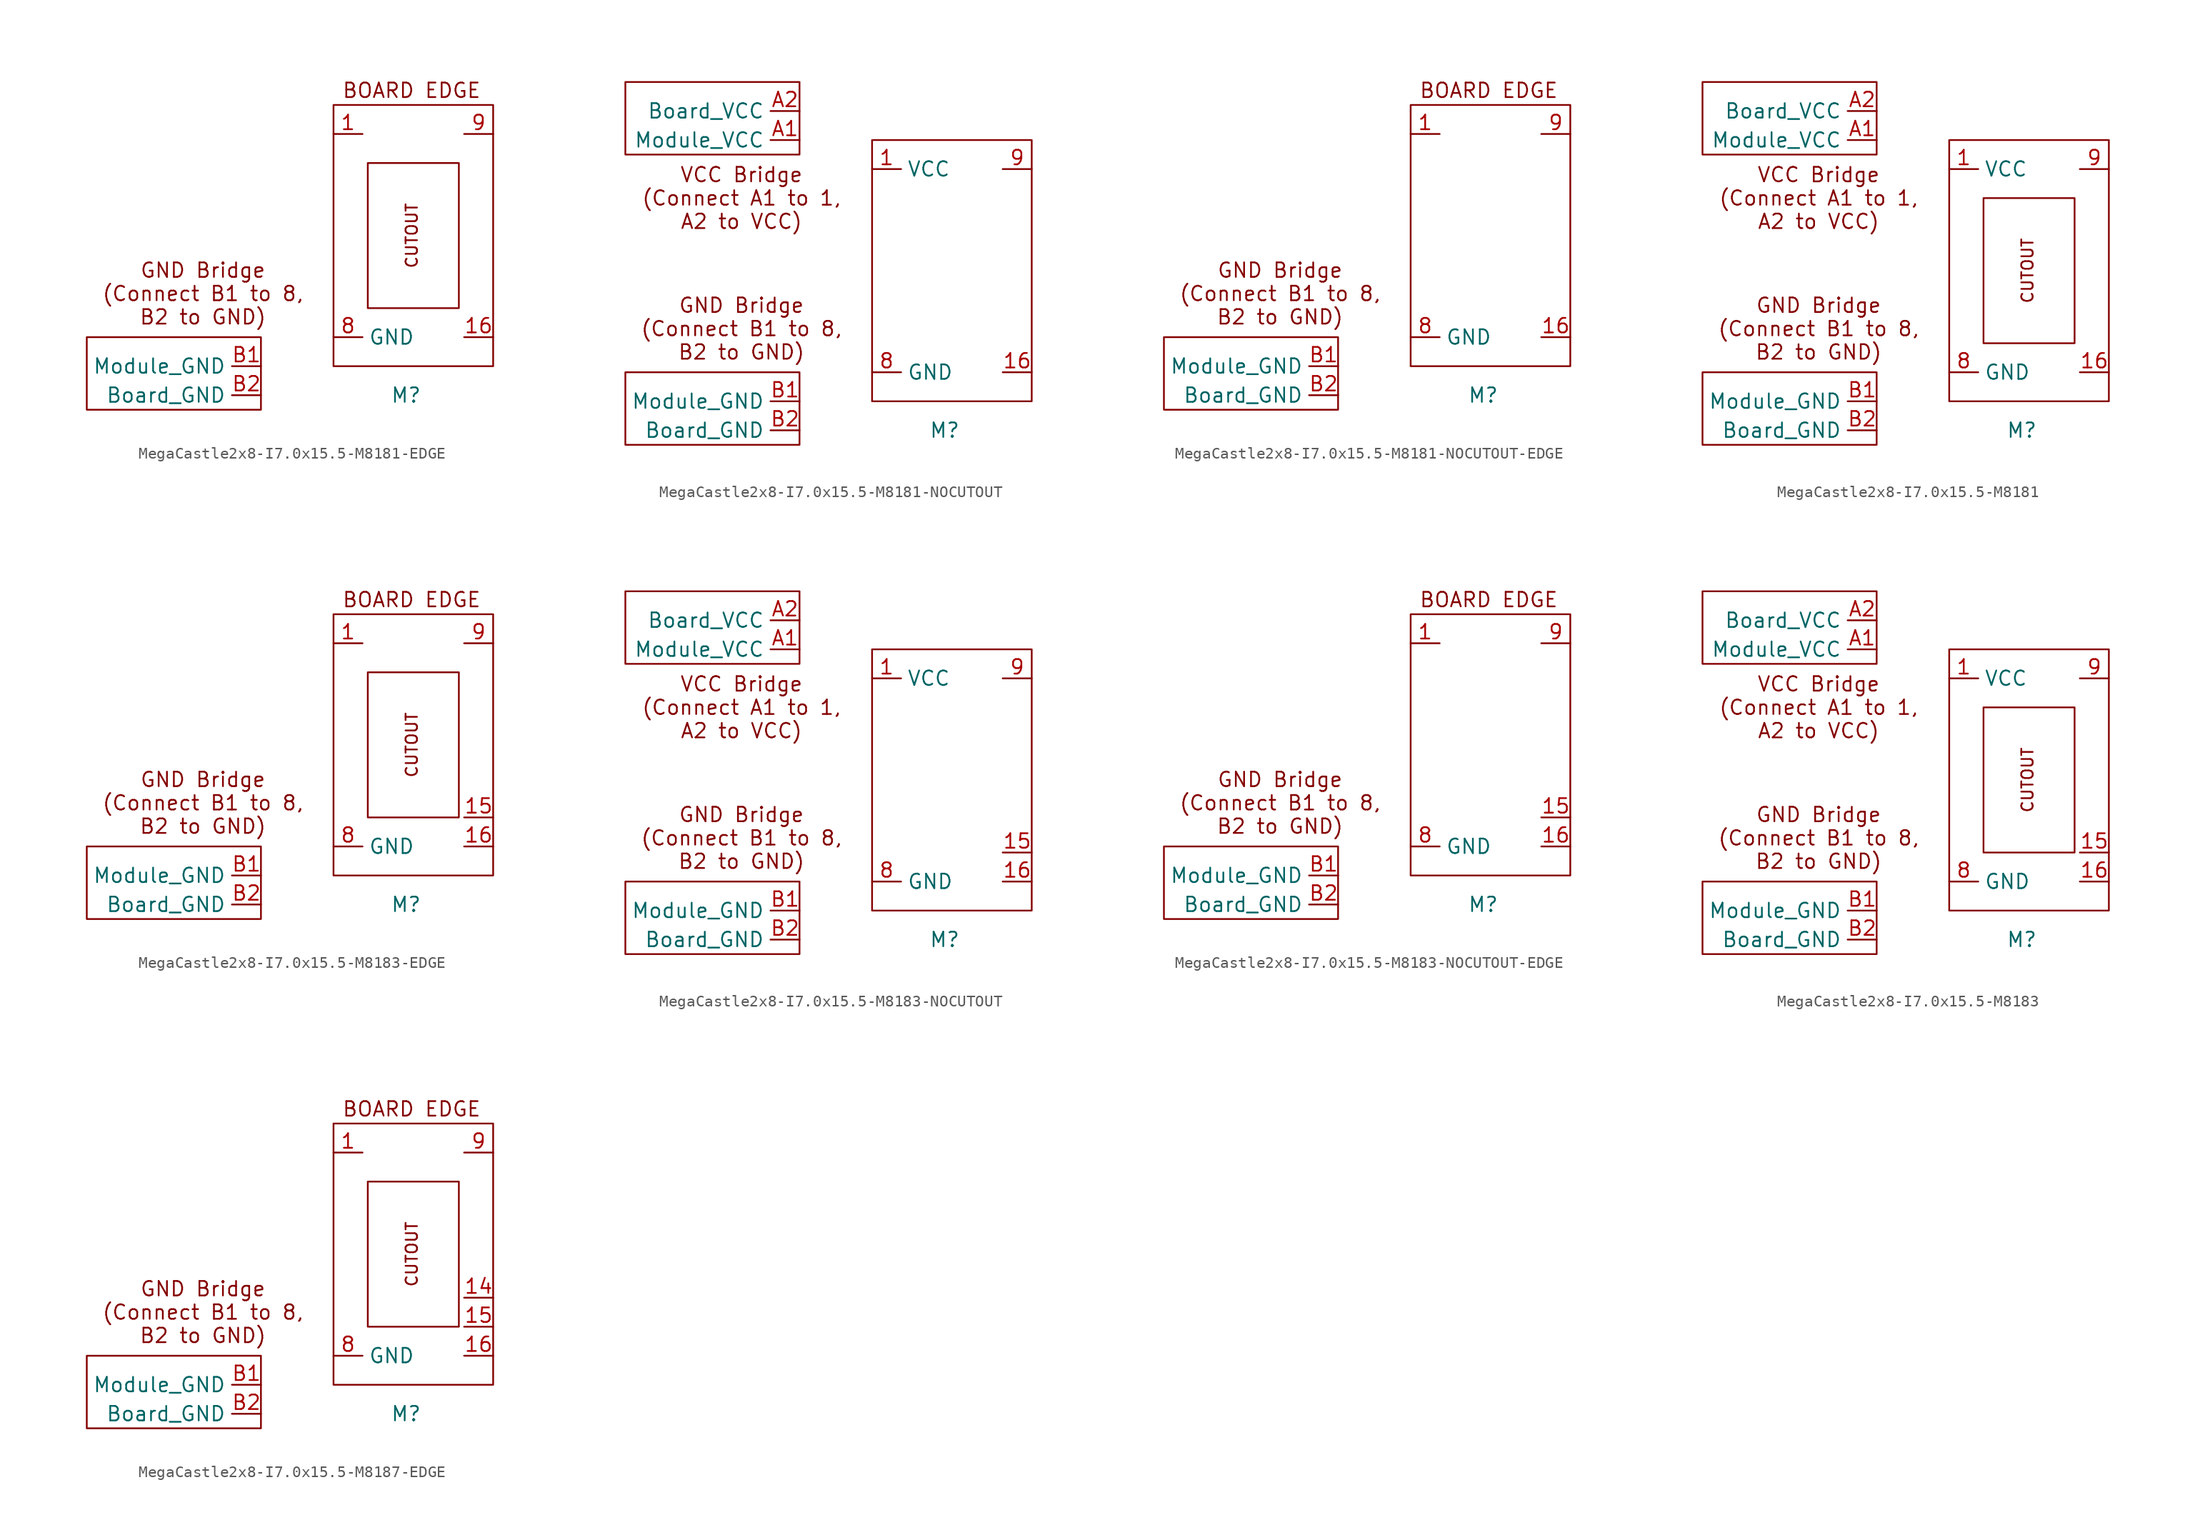
<source format=kicad_sym>
(kicad_symbol_lib
  (version 20231120)
  (generator "kicad_symbol_editor")
  (generator_version "8.0")
  (symbol "MegaCastle2x8-I7.0x15.5-M8181-EDGE"
    (property "Reference" "M"
      (at 0 -13.97 0)
      (effects (font (size 1.27 1.27))))
    (property "Value" ""
      (at 0 5.08 0)
      (effects (font (size 1.27 1.27))))
    (symbol "MegaCastle2x8-I7.0x15.5-M8181-EDGE_0_1"
      (rectangle (start -27.94 -8.89) (end -12.7 -15.24) (stroke (width 0) (type default)) (fill (type none)))
      (rectangle (start -6.35 11.43) (end 7.62 -11.43) (stroke (width 0) (type default)) (fill (type none)))
      (rectangle (start -3.35 6.35) (end 4.62 -6.35) (stroke (width 0) (type default)) (fill (type none))))
    (symbol "MegaCastle2x8-I7.0x15.5-M8181-EDGE_1_1"
      (text " BOARD EDGE" (at 0 12.7 0) (effects (font (size 1.27 1.27))))
      (text "CUTOUT" (at 0.5 0 900) (effects (font (size 1 1))))
      (text "GND Bridge\n(Connect B1 to 8,\nB2 to GND)" (at -17.78 -5.08 0) (effects (font (size 1.27 1.27))))
      (pin bidirectional line (at -6.35 8.89 0) (length 2.54) (name "" (effects (font (size 1.27 1.27)))) (number "1" (effects (font (size 1.27 1.27)))))
      (pin bidirectional line (at 7.62 -8.89 180) (length 2.54) (name "" (effects (font (size 1.27 1.27)))) (number "16" (effects (font (size 1.27 1.27)))))
      (pin bidirectional line (at -6.35 -8.89 0) (length 2.54) (name "GND" (effects (font (size 1.27 1.27)))) (number "8" (effects (font (size 1.27 1.27)))))
      (pin bidirectional line (at 7.62 8.89 180) (length 2.54) (name "" (effects (font (size 1.27 1.27)))) (number "9" (effects (font (size 1.27 1.27)))))
      (pin bidirectional line (at -12.7 -11.43 180) (length 2.54) (name "Module_GND" (effects (font (size 1.27 1.27)))) (number "B1" (effects (font (size 1.27 1.27)))))
      (pin bidirectional line (at -12.7 -13.97 180) (length 2.54) (name "Board_GND" (effects (font (size 1.27 1.27)))) (number "B2" (effects (font (size 1.27 1.27)))))))
  (symbol "MegaCastle2x8-I7.0x15.5-M8181-NOCUTOUT"
    (property "Reference" "M"
      (at 0 -13.97 0)
      (effects (font (size 1.27 1.27))))
    (property "Value" ""
      (at 0 5.08 0)
      (effects (font (size 1.27 1.27))))
    (symbol "MegaCastle2x8-I7.0x15.5-M8181-NOCUTOUT_0_1"
      (rectangle (start -27.94 -8.89) (end -12.7 -15.24) (stroke (width 0) (type default)) (fill (type none)))
      (rectangle (start -27.94 16.51) (end -12.7 10.16) (stroke (width 0) (type default)) (fill (type none)))
      (rectangle (start -6.35 11.43) (end 7.62 -11.43) (stroke (width 0) (type default)) (fill (type none))))
    (symbol "MegaCastle2x8-I7.0x15.5-M8181-NOCUTOUT_1_1"
      (text "GND Bridge\n(Connect B1 to 8,\nB2 to GND)" (at -17.78 -5.08 0) (effects (font (size 1.27 1.27))))
      (text "VCC Bridge\n(Connect A1 to 1,\nA2 to VCC)" (at -17.78 6.35 0) (effects (font (size 1.27 1.27))))
      (pin bidirectional line (at -6.35 8.89 0) (length 2.54) (name "VCC" (effects (font (size 1.27 1.27)))) (number "1" (effects (font (size 1.27 1.27)))))
      (pin bidirectional line (at 7.62 -8.89 180) (length 2.54) (name "" (effects (font (size 1.27 1.27)))) (number "16" (effects (font (size 1.27 1.27)))))
      (pin bidirectional line (at -6.35 -8.89 0) (length 2.54) (name "GND" (effects (font (size 1.27 1.27)))) (number "8" (effects (font (size 1.27 1.27)))))
      (pin bidirectional line (at 7.62 8.89 180) (length 2.54) (name "" (effects (font (size 1.27 1.27)))) (number "9" (effects (font (size 1.27 1.27)))))
      (pin bidirectional line (at -12.7 11.43 180) (length 2.54) (name "Module_VCC" (effects (font (size 1.27 1.27)))) (number "A1" (effects (font (size 1.27 1.27)))))
      (pin bidirectional line (at -12.7 13.97 180) (length 2.54) (name "Board_VCC" (effects (font (size 1.27 1.27)))) (number "A2" (effects (font (size 1.27 1.27)))))
      (pin bidirectional line (at -12.7 -11.43 180) (length 2.54) (name "Module_GND" (effects (font (size 1.27 1.27)))) (number "B1" (effects (font (size 1.27 1.27)))))
      (pin bidirectional line (at -12.7 -13.97 180) (length 2.54) (name "Board_GND" (effects (font (size 1.27 1.27)))) (number "B2" (effects (font (size 1.27 1.27)))))))
  (symbol "MegaCastle2x8-I7.0x15.5-M8181-NOCUTOUT-EDGE"
    (property "Reference" "M"
      (at 0 -13.97 0)
      (effects (font (size 1.27 1.27))))
    (property "Value" ""
      (at 0 5.08 0)
      (effects (font (size 1.27 1.27))))
    (symbol "MegaCastle2x8-I7.0x15.5-M8181-NOCUTOUT-EDGE_0_1"
      (rectangle (start -27.94 -8.89) (end -12.7 -15.24) (stroke (width 0) (type default)) (fill (type none)))
      (rectangle (start -6.35 11.43) (end 7.62 -11.43) (stroke (width 0) (type default)) (fill (type none))))
    (symbol "MegaCastle2x8-I7.0x15.5-M8181-NOCUTOUT-EDGE_1_1"
      (text " BOARD EDGE" (at 0 12.7 0) (effects (font (size 1.27 1.27))))
      (text "GND Bridge\n(Connect B1 to 8,\nB2 to GND)" (at -17.78 -5.08 0) (effects (font (size 1.27 1.27))))
      (pin bidirectional line (at -6.35 8.89 0) (length 2.54) (name "" (effects (font (size 1.27 1.27)))) (number "1" (effects (font (size 1.27 1.27)))))
      (pin bidirectional line (at 7.62 -8.89 180) (length 2.54) (name "" (effects (font (size 1.27 1.27)))) (number "16" (effects (font (size 1.27 1.27)))))
      (pin bidirectional line (at -6.35 -8.89 0) (length 2.54) (name "GND" (effects (font (size 1.27 1.27)))) (number "8" (effects (font (size 1.27 1.27)))))
      (pin bidirectional line (at 7.62 8.89 180) (length 2.54) (name "" (effects (font (size 1.27 1.27)))) (number "9" (effects (font (size 1.27 1.27)))))
      (pin bidirectional line (at -12.7 -11.43 180) (length 2.54) (name "Module_GND" (effects (font (size 1.27 1.27)))) (number "B1" (effects (font (size 1.27 1.27)))))
      (pin bidirectional line (at -12.7 -13.97 180) (length 2.54) (name "Board_GND" (effects (font (size 1.27 1.27)))) (number "B2" (effects (font (size 1.27 1.27)))))))
  (symbol "MegaCastle2x8-I7.0x15.5-M8181"
    (property "Reference" "M"
      (at 0 -13.97 0)
      (effects (font (size 1.27 1.27))))
    (property "Value" ""
      (at 0 5.08 0)
      (effects (font (size 1.27 1.27))))
    (symbol "MegaCastle2x8-I7.0x15.5-M8181_0_1"
      (rectangle (start -27.94 -8.89) (end -12.7 -15.24) (stroke (width 0) (type default)) (fill (type none)))
      (rectangle (start -27.94 16.51) (end -12.7 10.16) (stroke (width 0) (type default)) (fill (type none)))
      (rectangle (start -6.35 11.43) (end 7.62 -11.43) (stroke (width 0) (type default)) (fill (type none)))
      (rectangle (start -3.35 6.35) (end 4.62 -6.35) (stroke (width 0) (type default)) (fill (type none))))
    (symbol "MegaCastle2x8-I7.0x15.5-M8181_1_1"
      (text "CUTOUT" (at 0.5 0 900) (effects (font (size 1 1))))
      (text "GND Bridge\n(Connect B1 to 8,\nB2 to GND)" (at -17.78 -5.08 0) (effects (font (size 1.27 1.27))))
      (text "VCC Bridge\n(Connect A1 to 1,\nA2 to VCC)" (at -17.78 6.35 0) (effects (font (size 1.27 1.27))))
      (pin bidirectional line (at -6.35 8.89 0) (length 2.54) (name "VCC" (effects (font (size 1.27 1.27)))) (number "1" (effects (font (size 1.27 1.27)))))
      (pin bidirectional line (at 7.62 -8.89 180) (length 2.54) (name "" (effects (font (size 1.27 1.27)))) (number "16" (effects (font (size 1.27 1.27)))))
      (pin bidirectional line (at -6.35 -8.89 0) (length 2.54) (name "GND" (effects (font (size 1.27 1.27)))) (number "8" (effects (font (size 1.27 1.27)))))
      (pin bidirectional line (at 7.62 8.89 180) (length 2.54) (name "" (effects (font (size 1.27 1.27)))) (number "9" (effects (font (size 1.27 1.27)))))
      (pin bidirectional line (at -12.7 11.43 180) (length 2.54) (name "Module_VCC" (effects (font (size 1.27 1.27)))) (number "A1" (effects (font (size 1.27 1.27)))))
      (pin bidirectional line (at -12.7 13.97 180) (length 2.54) (name "Board_VCC" (effects (font (size 1.27 1.27)))) (number "A2" (effects (font (size 1.27 1.27)))))
      (pin bidirectional line (at -12.7 -11.43 180) (length 2.54) (name "Module_GND" (effects (font (size 1.27 1.27)))) (number "B1" (effects (font (size 1.27 1.27)))))
      (pin bidirectional line (at -12.7 -13.97 180) (length 2.54) (name "Board_GND" (effects (font (size 1.27 1.27)))) (number "B2" (effects (font (size 1.27 1.27)))))))
  (symbol "MegaCastle2x8-I7.0x15.5-M8183-EDGE"
    (property "Reference" "M"
      (at 0 -13.97 0)
      (effects (font (size 1.27 1.27))))
    (property "Value" ""
      (at 0 5.08 0)
      (effects (font (size 1.27 1.27))))
    (symbol "MegaCastle2x8-I7.0x15.5-M8183-EDGE_0_1"
      (rectangle (start -27.94 -8.89) (end -12.7 -15.24) (stroke (width 0) (type default)) (fill (type none)))
      (rectangle (start -6.35 11.43) (end 7.62 -11.43) (stroke (width 0) (type default)) (fill (type none)))
      (rectangle (start -3.35 6.35) (end 4.62 -6.35) (stroke (width 0) (type default)) (fill (type none))))
    (symbol "MegaCastle2x8-I7.0x15.5-M8183-EDGE_1_1"
      (text " BOARD EDGE" (at 0 12.7 0) (effects (font (size 1.27 1.27))))
      (text "CUTOUT" (at 0.5 0 900) (effects (font (size 1 1))))
      (text "GND Bridge\n(Connect B1 to 8,\nB2 to GND)" (at -17.78 -5.08 0) (effects (font (size 1.27 1.27))))
      (pin bidirectional line (at -6.35 8.89 0) (length 2.54) (name "" (effects (font (size 1.27 1.27)))) (number "1" (effects (font (size 1.27 1.27)))))
      (pin bidirectional line (at 7.62 -6.35 180) (length 2.54) (name "" (effects (font (size 1.27 1.27)))) (number "15" (effects (font (size 1.27 1.27)))))
      (pin bidirectional line (at 7.62 -8.89 180) (length 2.54) (name "" (effects (font (size 1.27 1.27)))) (number "16" (effects (font (size 1.27 1.27)))))
      (pin bidirectional line (at -6.35 -8.89 0) (length 2.54) (name "GND" (effects (font (size 1.27 1.27)))) (number "8" (effects (font (size 1.27 1.27)))))
      (pin bidirectional line (at 7.62 8.89 180) (length 2.54) (name "" (effects (font (size 1.27 1.27)))) (number "9" (effects (font (size 1.27 1.27)))))
      (pin bidirectional line (at -12.7 -11.43 180) (length 2.54) (name "Module_GND" (effects (font (size 1.27 1.27)))) (number "B1" (effects (font (size 1.27 1.27)))))
      (pin bidirectional line (at -12.7 -13.97 180) (length 2.54) (name "Board_GND" (effects (font (size 1.27 1.27)))) (number "B2" (effects (font (size 1.27 1.27)))))))
  (symbol "MegaCastle2x8-I7.0x15.5-M8183-NOCUTOUT"
    (property "Reference" "M"
      (at 0 -13.97 0)
      (effects (font (size 1.27 1.27))))
    (property "Value" ""
      (at 0 5.08 0)
      (effects (font (size 1.27 1.27))))
    (symbol "MegaCastle2x8-I7.0x15.5-M8183-NOCUTOUT_0_1"
      (rectangle (start -27.94 -8.89) (end -12.7 -15.24) (stroke (width 0) (type default)) (fill (type none)))
      (rectangle (start -27.94 16.51) (end -12.7 10.16) (stroke (width 0) (type default)) (fill (type none)))
      (rectangle (start -6.35 11.43) (end 7.62 -11.43) (stroke (width 0) (type default)) (fill (type none))))
    (symbol "MegaCastle2x8-I7.0x15.5-M8183-NOCUTOUT_1_1"
      (text "GND Bridge\n(Connect B1 to 8,\nB2 to GND)" (at -17.78 -5.08 0) (effects (font (size 1.27 1.27))))
      (text "VCC Bridge\n(Connect A1 to 1,\nA2 to VCC)" (at -17.78 6.35 0) (effects (font (size 1.27 1.27))))
      (pin bidirectional line (at -6.35 8.89 0) (length 2.54) (name "VCC" (effects (font (size 1.27 1.27)))) (number "1" (effects (font (size 1.27 1.27)))))
      (pin bidirectional line (at 7.62 -6.35 180) (length 2.54) (name "" (effects (font (size 1.27 1.27)))) (number "15" (effects (font (size 1.27 1.27)))))
      (pin bidirectional line (at 7.62 -8.89 180) (length 2.54) (name "" (effects (font (size 1.27 1.27)))) (number "16" (effects (font (size 1.27 1.27)))))
      (pin bidirectional line (at -6.35 -8.89 0) (length 2.54) (name "GND" (effects (font (size 1.27 1.27)))) (number "8" (effects (font (size 1.27 1.27)))))
      (pin bidirectional line (at 7.62 8.89 180) (length 2.54) (name "" (effects (font (size 1.27 1.27)))) (number "9" (effects (font (size 1.27 1.27)))))
      (pin bidirectional line (at -12.7 11.43 180) (length 2.54) (name "Module_VCC" (effects (font (size 1.27 1.27)))) (number "A1" (effects (font (size 1.27 1.27)))))
      (pin bidirectional line (at -12.7 13.97 180) (length 2.54) (name "Board_VCC" (effects (font (size 1.27 1.27)))) (number "A2" (effects (font (size 1.27 1.27)))))
      (pin bidirectional line (at -12.7 -11.43 180) (length 2.54) (name "Module_GND" (effects (font (size 1.27 1.27)))) (number "B1" (effects (font (size 1.27 1.27)))))
      (pin bidirectional line (at -12.7 -13.97 180) (length 2.54) (name "Board_GND" (effects (font (size 1.27 1.27)))) (number "B2" (effects (font (size 1.27 1.27)))))))
  (symbol "MegaCastle2x8-I7.0x15.5-M8183-NOCUTOUT-EDGE"
    (property "Reference" "M"
      (at 0 -13.97 0)
      (effects (font (size 1.27 1.27))))
    (property "Value" ""
      (at 0 5.08 0)
      (effects (font (size 1.27 1.27))))
    (symbol "MegaCastle2x8-I7.0x15.5-M8183-NOCUTOUT-EDGE_0_1"
      (rectangle (start -27.94 -8.89) (end -12.7 -15.24) (stroke (width 0) (type default)) (fill (type none)))
      (rectangle (start -6.35 11.43) (end 7.62 -11.43) (stroke (width 0) (type default)) (fill (type none))))
    (symbol "MegaCastle2x8-I7.0x15.5-M8183-NOCUTOUT-EDGE_1_1"
      (text " BOARD EDGE" (at 0 12.7 0) (effects (font (size 1.27 1.27))))
      (text "GND Bridge\n(Connect B1 to 8,\nB2 to GND)" (at -17.78 -5.08 0) (effects (font (size 1.27 1.27))))
      (pin bidirectional line (at -6.35 8.89 0) (length 2.54) (name "" (effects (font (size 1.27 1.27)))) (number "1" (effects (font (size 1.27 1.27)))))
      (pin bidirectional line (at 7.62 -6.35 180) (length 2.54) (name "" (effects (font (size 1.27 1.27)))) (number "15" (effects (font (size 1.27 1.27)))))
      (pin bidirectional line (at 7.62 -8.89 180) (length 2.54) (name "" (effects (font (size 1.27 1.27)))) (number "16" (effects (font (size 1.27 1.27)))))
      (pin bidirectional line (at -6.35 -8.89 0) (length 2.54) (name "GND" (effects (font (size 1.27 1.27)))) (number "8" (effects (font (size 1.27 1.27)))))
      (pin bidirectional line (at 7.62 8.89 180) (length 2.54) (name "" (effects (font (size 1.27 1.27)))) (number "9" (effects (font (size 1.27 1.27)))))
      (pin bidirectional line (at -12.7 -11.43 180) (length 2.54) (name "Module_GND" (effects (font (size 1.27 1.27)))) (number "B1" (effects (font (size 1.27 1.27)))))
      (pin bidirectional line (at -12.7 -13.97 180) (length 2.54) (name "Board_GND" (effects (font (size 1.27 1.27)))) (number "B2" (effects (font (size 1.27 1.27)))))))
  (symbol "MegaCastle2x8-I7.0x15.5-M8183"
    (property "Reference" "M"
      (at 0 -13.97 0)
      (effects (font (size 1.27 1.27))))
    (property "Value" ""
      (at 0 5.08 0)
      (effects (font (size 1.27 1.27))))
    (symbol "MegaCastle2x8-I7.0x15.5-M8183_0_1"
      (rectangle (start -27.94 -8.89) (end -12.7 -15.24) (stroke (width 0) (type default)) (fill (type none)))
      (rectangle (start -27.94 16.51) (end -12.7 10.16) (stroke (width 0) (type default)) (fill (type none)))
      (rectangle (start -6.35 11.43) (end 7.62 -11.43) (stroke (width 0) (type default)) (fill (type none)))
      (rectangle (start -3.35 6.35) (end 4.62 -6.35) (stroke (width 0) (type default)) (fill (type none))))
    (symbol "MegaCastle2x8-I7.0x15.5-M8183_1_1"
      (text "CUTOUT" (at 0.5 0 900) (effects (font (size 1 1))))
      (text "GND Bridge\n(Connect B1 to 8,\nB2 to GND)" (at -17.78 -5.08 0) (effects (font (size 1.27 1.27))))
      (text "VCC Bridge\n(Connect A1 to 1,\nA2 to VCC)" (at -17.78 6.35 0) (effects (font (size 1.27 1.27))))
      (pin bidirectional line (at -6.35 8.89 0) (length 2.54) (name "VCC" (effects (font (size 1.27 1.27)))) (number "1" (effects (font (size 1.27 1.27)))))
      (pin bidirectional line (at 7.62 -6.35 180) (length 2.54) (name "" (effects (font (size 1.27 1.27)))) (number "15" (effects (font (size 1.27 1.27)))))
      (pin bidirectional line (at 7.62 -8.89 180) (length 2.54) (name "" (effects (font (size 1.27 1.27)))) (number "16" (effects (font (size 1.27 1.27)))))
      (pin bidirectional line (at -6.35 -8.89 0) (length 2.54) (name "GND" (effects (font (size 1.27 1.27)))) (number "8" (effects (font (size 1.27 1.27)))))
      (pin bidirectional line (at 7.62 8.89 180) (length 2.54) (name "" (effects (font (size 1.27 1.27)))) (number "9" (effects (font (size 1.27 1.27)))))
      (pin bidirectional line (at -12.7 11.43 180) (length 2.54) (name "Module_VCC" (effects (font (size 1.27 1.27)))) (number "A1" (effects (font (size 1.27 1.27)))))
      (pin bidirectional line (at -12.7 13.97 180) (length 2.54) (name "Board_VCC" (effects (font (size 1.27 1.27)))) (number "A2" (effects (font (size 1.27 1.27)))))
      (pin bidirectional line (at -12.7 -11.43 180) (length 2.54) (name "Module_GND" (effects (font (size 1.27 1.27)))) (number "B1" (effects (font (size 1.27 1.27)))))
      (pin bidirectional line (at -12.7 -13.97 180) (length 2.54) (name "Board_GND" (effects (font (size 1.27 1.27)))) (number "B2" (effects (font (size 1.27 1.27)))))))
  (symbol "MegaCastle2x8-I7.0x15.5-M8187-EDGE"
    (property "Reference" "M"
      (at 0 -13.97 0)
      (effects (font (size 1.27 1.27))))
    (property "Value" ""
      (at 0 5.08 0)
      (effects (font (size 1.27 1.27))))
    (symbol "MegaCastle2x8-I7.0x15.5-M8187-EDGE_0_1"
      (rectangle (start -27.94 -8.89) (end -12.7 -15.24) (stroke (width 0) (type default)) (fill (type none)))
      (rectangle (start -6.35 11.43) (end 7.62 -11.43) (stroke (width 0) (type default)) (fill (type none)))
      (rectangle (start -3.35 6.35) (end 4.62 -6.35) (stroke (width 0) (type default)) (fill (type none))))
    (symbol "MegaCastle2x8-I7.0x15.5-M8187-EDGE_1_1"
      (text " BOARD EDGE" (at 0 12.7 0) (effects (font (size 1.27 1.27))))
      (text "CUTOUT" (at 0.5 0 900) (effects (font (size 1 1))))
      (text "GND Bridge\n(Connect B1 to 8,\nB2 to GND)" (at -17.78 -5.08 0) (effects (font (size 1.27 1.27))))
      (pin bidirectional line (at -6.35 8.89 0) (length 2.54) (name "" (effects (font (size 1.27 1.27)))) (number "1" (effects (font (size 1.27 1.27)))))
      (pin bidirectional line (at 7.62 -3.81 180) (length 2.54) (name "" (effects (font (size 1.27 1.27)))) (number "14" (effects (font (size 1.27 1.27)))))
      (pin bidirectional line (at 7.62 -6.35 180) (length 2.54) (name "" (effects (font (size 1.27 1.27)))) (number "15" (effects (font (size 1.27 1.27)))))
      (pin bidirectional line (at 7.62 -8.89 180) (length 2.54) (name "" (effects (font (size 1.27 1.27)))) (number "16" (effects (font (size 1.27 1.27)))))
      (pin bidirectional line (at -6.35 -8.89 0) (length 2.54) (name "GND" (effects (font (size 1.27 1.27)))) (number "8" (effects (font (size 1.27 1.27)))))
      (pin bidirectional line (at 7.62 8.89 180) (length 2.54) (name "" (effects (font (size 1.27 1.27)))) (number "9" (effects (font (size 1.27 1.27)))))
      (pin bidirectional line (at -12.7 -11.43 180) (length 2.54) (name "Module_GND" (effects (font (size 1.27 1.27)))) (number "B1" (effects (font (size 1.27 1.27)))))
      (pin bidirectional line (at -12.7 -13.97 180) (length 2.54) (name "Board_GND" (effects (font (size 1.27 1.27)))) (number "B2" (effects (font (size 1.27 1.27))))))))
</source>
